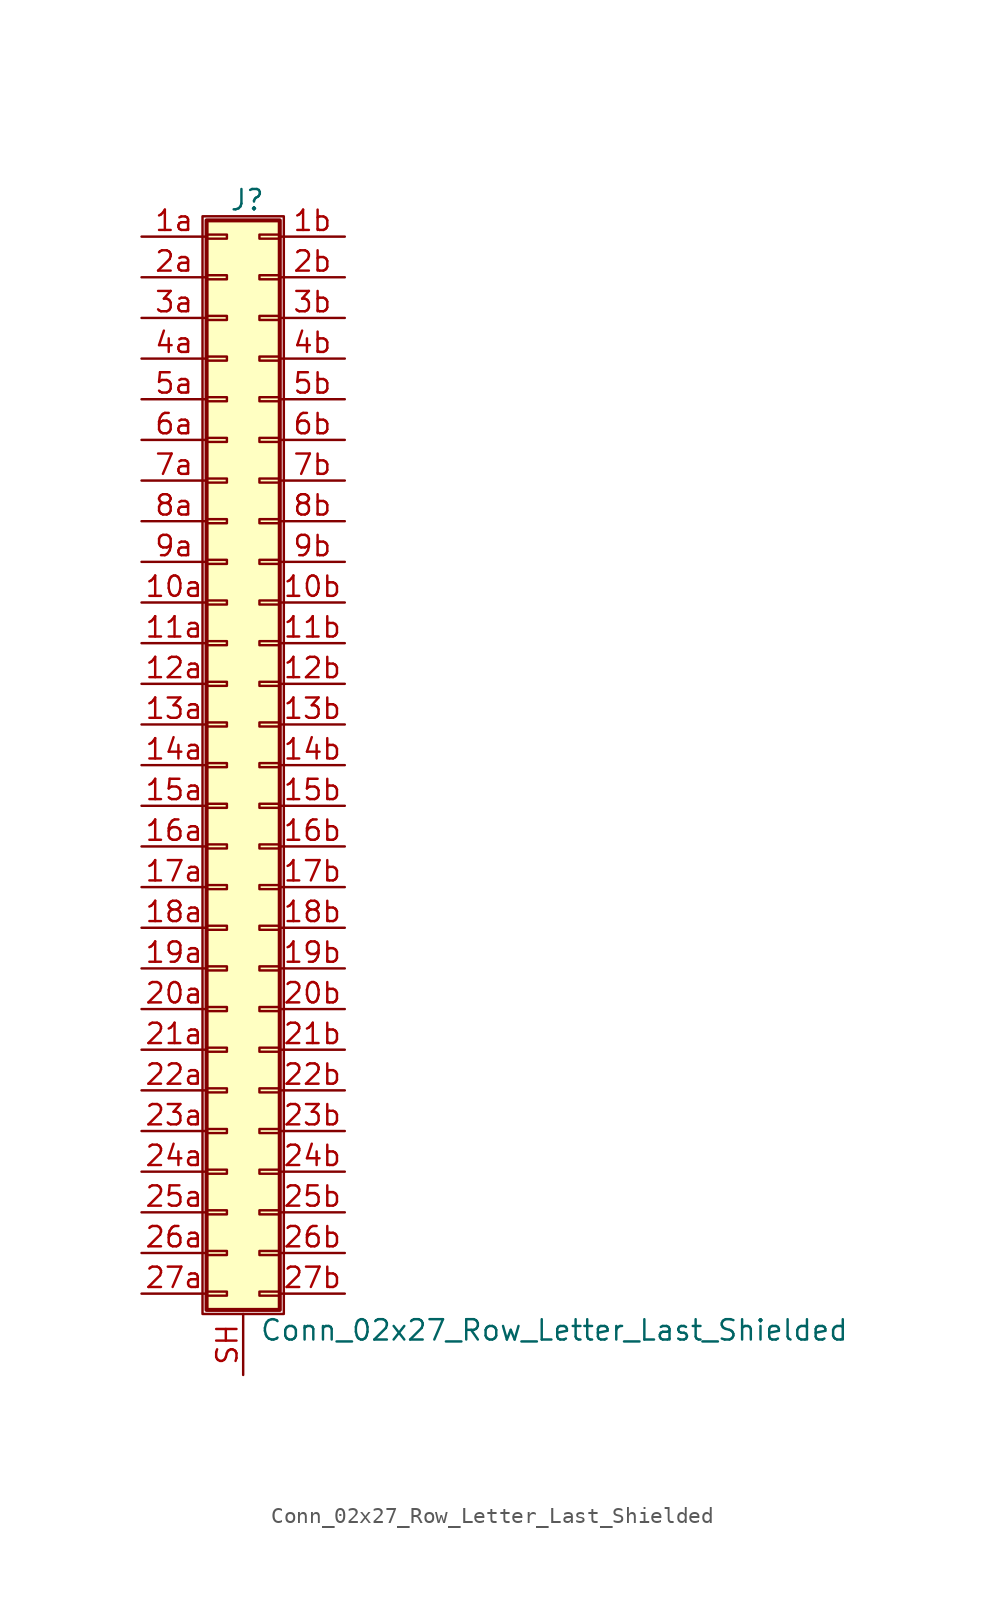
<source format=kicad_sym>
(kicad_symbol_lib
  (version 20201005)
  (generator kicad_symbol_editor)
  (symbol "Connector_Generic_Shielded:Conn_02x27_Row_Letter_Last_Shielded"
    (pin_names
      (offset 1.016) hide)
    (property "Reference" "J"
      (at 1.524 35.306 0)
      (effects (font (size 1.27 1.27))))
    (property "Value" "Conn_02x27_Row_Letter_Last_Shielded"
      (at 2.286 -35.306 0)
      (effects (font (size 1.27 1.27)) (justify left)))
    (symbol "Conn_02x27_Row_Letter_Last_Shielded_1_1"
      (rectangle (start -1.016 -27.813) (end 0.254 -28.067) (stroke (width 0.152)) (fill (type none)))
      (rectangle (start -1.016 -30.353) (end 0.254 -30.607) (stroke (width 0.152)) (fill (type none)))
      (rectangle (start -1.016 -32.893) (end 0.254 -33.147) (stroke (width 0.152)) (fill (type none)))
      (rectangle (start -1.016 -4.953) (end 0.254 -5.207) (stroke (width 0.152)) (fill (type none)))
      (rectangle (start -1.016 -7.493) (end 0.254 -7.747) (stroke (width 0.152)) (fill (type none)))
      (rectangle (start -1.016 -10.033) (end 0.254 -10.287) (stroke (width 0.152)) (fill (type none)))
      (rectangle (start -1.016 -12.573) (end 0.254 -12.827) (stroke (width 0.152)) (fill (type none)))
      (rectangle (start -1.016 -15.113) (end 0.254 -15.367) (stroke (width 0.152)) (fill (type none)))
      (rectangle (start -1.016 -17.653) (end 0.254 -17.907) (stroke (width 0.152)) (fill (type none)))
      (rectangle (start -1.016 -20.193) (end 0.254 -20.447) (stroke (width 0.152)) (fill (type none)))
      (rectangle (start -1.016 -22.733) (end 0.254 -22.987) (stroke (width 0.152)) (fill (type none)))
      (rectangle (start -1.016 -2.413) (end 0.254 -2.667) (stroke (width 0.152)) (fill (type none)))
      (rectangle (start -1.016 -25.273) (end 0.254 -25.527) (stroke (width 0.152)) (fill (type none)))
      (rectangle (start -1.016 25.527) (end 0.254 25.273) (stroke (width 0.152)) (fill (type none)))
      (rectangle (start -1.016 2.667) (end 0.254 2.413) (stroke (width 0.152)) (fill (type none)))
      (rectangle (start -1.016 28.067) (end 0.254 27.813) (stroke (width 0.152)) (fill (type none)))
      (rectangle (start -1.016 30.607) (end 0.254 30.353) (stroke (width 0.152)) (fill (type none)))
      (rectangle (start -1.016 33.147) (end 0.254 32.893) (stroke (width 0.152)) (fill (type none)))
      (rectangle (start -1.016 34.036) (end 3.556 -34.036) (stroke (width 0.254)) (fill (type background)))
      (rectangle (start -1.016 5.207) (end 0.254 4.953) (stroke (width 0.152)) (fill (type none)))
      (rectangle (start -1.016 7.747) (end 0.254 7.493) (stroke (width 0.152)) (fill (type none)))
      (rectangle (start -1.016 10.287) (end 0.254 10.033) (stroke (width 0.152)) (fill (type none)))
      (rectangle (start -1.016 0.127) (end 0.254 -0.127) (stroke (width 0.152)) (fill (type none)))
      (rectangle (start -1.016 12.827) (end 0.254 12.573) (stroke (width 0.152)) (fill (type none)))
      (rectangle (start -1.016 15.367) (end 0.254 15.113) (stroke (width 0.152)) (fill (type none)))
      (rectangle (start -1.016 17.907) (end 0.254 17.653) (stroke (width 0.152)) (fill (type none)))
      (rectangle (start -1.016 20.447) (end 0.254 20.193) (stroke (width 0.152)) (fill (type none)))
      (rectangle (start -1.016 22.987) (end 0.254 22.733) (stroke (width 0.152)) (fill (type none)))
      (rectangle (start -1.27 34.29) (end 3.81 -34.29) (stroke (width 0.152)) (fill (type none)))
      (rectangle (start 3.556 -27.813) (end 2.286 -28.067) (stroke (width 0.152)) (fill (type none)))
      (rectangle (start 3.556 -30.353) (end 2.286 -30.607) (stroke (width 0.152)) (fill (type none)))
      (rectangle (start 3.556 -32.893) (end 2.286 -33.147) (stroke (width 0.152)) (fill (type none)))
      (rectangle (start 3.556 -4.953) (end 2.286 -5.207) (stroke (width 0.152)) (fill (type none)))
      (rectangle (start 3.556 -7.493) (end 2.286 -7.747) (stroke (width 0.152)) (fill (type none)))
      (rectangle (start 3.556 -10.033) (end 2.286 -10.287) (stroke (width 0.152)) (fill (type none)))
      (rectangle (start 3.556 -12.573) (end 2.286 -12.827) (stroke (width 0.152)) (fill (type none)))
      (rectangle (start 3.556 -15.113) (end 2.286 -15.367) (stroke (width 0.152)) (fill (type none)))
      (rectangle (start 3.556 -17.653) (end 2.286 -17.907) (stroke (width 0.152)) (fill (type none)))
      (rectangle (start 3.556 -20.193) (end 2.286 -20.447) (stroke (width 0.152)) (fill (type none)))
      (rectangle (start 3.556 -22.733) (end 2.286 -22.987) (stroke (width 0.152)) (fill (type none)))
      (rectangle (start 3.556 -2.413) (end 2.286 -2.667) (stroke (width 0.152)) (fill (type none)))
      (rectangle (start 3.556 -25.273) (end 2.286 -25.527) (stroke (width 0.152)) (fill (type none)))
      (rectangle (start 3.556 25.527) (end 2.286 25.273) (stroke (width 0.152)) (fill (type none)))
      (rectangle (start 3.556 2.667) (end 2.286 2.413) (stroke (width 0.152)) (fill (type none)))
      (rectangle (start 3.556 28.067) (end 2.286 27.813) (stroke (width 0.152)) (fill (type none)))
      (rectangle (start 3.556 30.607) (end 2.286 30.353) (stroke (width 0.152)) (fill (type none)))
      (rectangle (start 3.556 33.147) (end 2.286 32.893) (stroke (width 0.152)) (fill (type none)))
      (rectangle (start 3.556 5.207) (end 2.286 4.953) (stroke (width 0.152)) (fill (type none)))
      (rectangle (start 3.556 7.747) (end 2.286 7.493) (stroke (width 0.152)) (fill (type none)))
      (rectangle (start 3.556 10.287) (end 2.286 10.033) (stroke (width 0.152)) (fill (type none)))
      (rectangle (start 3.556 0.127) (end 2.286 -0.127) (stroke (width 0.152)) (fill (type none)))
      (rectangle (start 3.556 12.827) (end 2.286 12.573) (stroke (width 0.152)) (fill (type none)))
      (rectangle (start 3.556 15.367) (end 2.286 15.113) (stroke (width 0.152)) (fill (type none)))
      (rectangle (start 3.556 17.907) (end 2.286 17.653) (stroke (width 0.152)) (fill (type none)))
      (rectangle (start 3.556 20.447) (end 2.286 20.193) (stroke (width 0.152)) (fill (type none)))
      (rectangle (start 3.556 22.987) (end 2.286 22.733) (stroke (width 0.152)) (fill (type none)))
      (pin passive line (at -5.08 10.16 0) (length 4.064) (name "Pin_10a" (effects (font (size 1.27 1.27)))) (number "10a" (effects (font (size 1.27 1.27)))))
      (pin passive line (at 7.62 10.16 180) (length 4.064) (name "Pin_10b" (effects (font (size 1.27 1.27)))) (number "10b" (effects (font (size 1.27 1.27)))))
      (pin passive line (at -5.08 7.62 0) (length 4.064) (name "Pin_11a" (effects (font (size 1.27 1.27)))) (number "11a" (effects (font (size 1.27 1.27)))))
      (pin passive line (at 7.62 7.62 180) (length 4.064) (name "Pin_11b" (effects (font (size 1.27 1.27)))) (number "11b" (effects (font (size 1.27 1.27)))))
      (pin passive line (at -5.08 5.08 0) (length 4.064) (name "Pin_12a" (effects (font (size 1.27 1.27)))) (number "12a" (effects (font (size 1.27 1.27)))))
      (pin passive line (at 7.62 5.08 180) (length 4.064) (name "Pin_12b" (effects (font (size 1.27 1.27)))) (number "12b" (effects (font (size 1.27 1.27)))))
      (pin passive line (at -5.08 2.54 0) (length 4.064) (name "Pin_13a" (effects (font (size 1.27 1.27)))) (number "13a" (effects (font (size 1.27 1.27)))))
      (pin passive line (at 7.62 2.54 180) (length 4.064) (name "Pin_13b" (effects (font (size 1.27 1.27)))) (number "13b" (effects (font (size 1.27 1.27)))))
      (pin passive line (at -5.08 0 0) (length 4.064) (name "Pin_14a" (effects (font (size 1.27 1.27)))) (number "14a" (effects (font (size 1.27 1.27)))))
      (pin passive line (at 7.62 0 180) (length 4.064) (name "Pin_14b" (effects (font (size 1.27 1.27)))) (number "14b" (effects (font (size 1.27 1.27)))))
      (pin passive line (at -5.08 -2.54 0) (length 4.064) (name "Pin_15a" (effects (font (size 1.27 1.27)))) (number "15a" (effects (font (size 1.27 1.27)))))
      (pin passive line (at 7.62 -2.54 180) (length 4.064) (name "Pin_15b" (effects (font (size 1.27 1.27)))) (number "15b" (effects (font (size 1.27 1.27)))))
      (pin passive line (at -5.08 -5.08 0) (length 4.064) (name "Pin_16a" (effects (font (size 1.27 1.27)))) (number "16a" (effects (font (size 1.27 1.27)))))
      (pin passive line (at 7.62 -5.08 180) (length 4.064) (name "Pin_16b" (effects (font (size 1.27 1.27)))) (number "16b" (effects (font (size 1.27 1.27)))))
      (pin passive line (at -5.08 -7.62 0) (length 4.064) (name "Pin_17a" (effects (font (size 1.27 1.27)))) (number "17a" (effects (font (size 1.27 1.27)))))
      (pin passive line (at 7.62 -7.62 180) (length 4.064) (name "Pin_17b" (effects (font (size 1.27 1.27)))) (number "17b" (effects (font (size 1.27 1.27)))))
      (pin passive line (at -5.08 -10.16 0) (length 4.064) (name "Pin_18a" (effects (font (size 1.27 1.27)))) (number "18a" (effects (font (size 1.27 1.27)))))
      (pin passive line (at 7.62 -10.16 180) (length 4.064) (name "Pin_18b" (effects (font (size 1.27 1.27)))) (number "18b" (effects (font (size 1.27 1.27)))))
      (pin passive line (at -5.08 -12.7 0) (length 4.064) (name "Pin_19a" (effects (font (size 1.27 1.27)))) (number "19a" (effects (font (size 1.27 1.27)))))
      (pin passive line (at 7.62 -12.7 180) (length 4.064) (name "Pin_19b" (effects (font (size 1.27 1.27)))) (number "19b" (effects (font (size 1.27 1.27)))))
      (pin passive line (at -5.08 33.02 0) (length 4.064) (name "Pin_1a" (effects (font (size 1.27 1.27)))) (number "1a" (effects (font (size 1.27 1.27)))))
      (pin passive line (at 7.62 33.02 180) (length 4.064) (name "Pin_1b" (effects (font (size 1.27 1.27)))) (number "1b" (effects (font (size 1.27 1.27)))))
      (pin passive line (at -5.08 -15.24 0) (length 4.064) (name "Pin_20a" (effects (font (size 1.27 1.27)))) (number "20a" (effects (font (size 1.27 1.27)))))
      (pin passive line (at 7.62 -15.24 180) (length 4.064) (name "Pin_20b" (effects (font (size 1.27 1.27)))) (number "20b" (effects (font (size 1.27 1.27)))))
      (pin passive line (at -5.08 -17.78 0) (length 4.064) (name "Pin_21a" (effects (font (size 1.27 1.27)))) (number "21a" (effects (font (size 1.27 1.27)))))
      (pin passive line (at 7.62 -17.78 180) (length 4.064) (name "Pin_21b" (effects (font (size 1.27 1.27)))) (number "21b" (effects (font (size 1.27 1.27)))))
      (pin passive line (at -5.08 -20.32 0) (length 4.064) (name "Pin_22a" (effects (font (size 1.27 1.27)))) (number "22a" (effects (font (size 1.27 1.27)))))
      (pin passive line (at 7.62 -20.32 180) (length 4.064) (name "Pin_22b" (effects (font (size 1.27 1.27)))) (number "22b" (effects (font (size 1.27 1.27)))))
      (pin passive line (at -5.08 -22.86 0) (length 4.064) (name "Pin_23a" (effects (font (size 1.27 1.27)))) (number "23a" (effects (font (size 1.27 1.27)))))
      (pin passive line (at 7.62 -22.86 180) (length 4.064) (name "Pin_23b" (effects (font (size 1.27 1.27)))) (number "23b" (effects (font (size 1.27 1.27)))))
      (pin passive line (at -5.08 -25.4 0) (length 4.064) (name "Pin_24a" (effects (font (size 1.27 1.27)))) (number "24a" (effects (font (size 1.27 1.27)))))
      (pin passive line (at 7.62 -25.4 180) (length 4.064) (name "Pin_24b" (effects (font (size 1.27 1.27)))) (number "24b" (effects (font (size 1.27 1.27)))))
      (pin passive line (at -5.08 -27.94 0) (length 4.064) (name "Pin_25a" (effects (font (size 1.27 1.27)))) (number "25a" (effects (font (size 1.27 1.27)))))
      (pin passive line (at 7.62 -27.94 180) (length 4.064) (name "Pin_25b" (effects (font (size 1.27 1.27)))) (number "25b" (effects (font (size 1.27 1.27)))))
      (pin passive line (at -5.08 -30.48 0) (length 4.064) (name "Pin_26a" (effects (font (size 1.27 1.27)))) (number "26a" (effects (font (size 1.27 1.27)))))
      (pin passive line (at 7.62 -30.48 180) (length 4.064) (name "Pin_26b" (effects (font (size 1.27 1.27)))) (number "26b" (effects (font (size 1.27 1.27)))))
      (pin passive line (at -5.08 -33.02 0) (length 4.064) (name "Pin_27a" (effects (font (size 1.27 1.27)))) (number "27a" (effects (font (size 1.27 1.27)))))
      (pin passive line (at 7.62 -33.02 180) (length 4.064) (name "Pin_27b" (effects (font (size 1.27 1.27)))) (number "27b" (effects (font (size 1.27 1.27)))))
      (pin passive line (at -5.08 30.48 0) (length 4.064) (name "Pin_2a" (effects (font (size 1.27 1.27)))) (number "2a" (effects (font (size 1.27 1.27)))))
      (pin passive line (at 7.62 30.48 180) (length 4.064) (name "Pin_2b" (effects (font (size 1.27 1.27)))) (number "2b" (effects (font (size 1.27 1.27)))))
      (pin passive line (at -5.08 27.94 0) (length 4.064) (name "Pin_3a" (effects (font (size 1.27 1.27)))) (number "3a" (effects (font (size 1.27 1.27)))))
      (pin passive line (at 7.62 27.94 180) (length 4.064) (name "Pin_3b" (effects (font (size 1.27 1.27)))) (number "3b" (effects (font (size 1.27 1.27)))))
      (pin passive line (at -5.08 25.4 0) (length 4.064) (name "Pin_4a" (effects (font (size 1.27 1.27)))) (number "4a" (effects (font (size 1.27 1.27)))))
      (pin passive line (at 7.62 25.4 180) (length 4.064) (name "Pin_4b" (effects (font (size 1.27 1.27)))) (number "4b" (effects (font (size 1.27 1.27)))))
      (pin passive line (at -5.08 22.86 0) (length 4.064) (name "Pin_5a" (effects (font (size 1.27 1.27)))) (number "5a" (effects (font (size 1.27 1.27)))))
      (pin passive line (at 7.62 22.86 180) (length 4.064) (name "Pin_5b" (effects (font (size 1.27 1.27)))) (number "5b" (effects (font (size 1.27 1.27)))))
      (pin passive line (at -5.08 20.32 0) (length 4.064) (name "Pin_6a" (effects (font (size 1.27 1.27)))) (number "6a" (effects (font (size 1.27 1.27)))))
      (pin passive line (at 7.62 20.32 180) (length 4.064) (name "Pin_6b" (effects (font (size 1.27 1.27)))) (number "6b" (effects (font (size 1.27 1.27)))))
      (pin passive line (at -5.08 17.78 0) (length 4.064) (name "Pin_7a" (effects (font (size 1.27 1.27)))) (number "7a" (effects (font (size 1.27 1.27)))))
      (pin passive line (at 7.62 17.78 180) (length 4.064) (name "Pin_7b" (effects (font (size 1.27 1.27)))) (number "7b" (effects (font (size 1.27 1.27)))))
      (pin passive line (at -5.08 15.24 0) (length 4.064) (name "Pin_8a" (effects (font (size 1.27 1.27)))) (number "8a" (effects (font (size 1.27 1.27)))))
      (pin passive line (at 7.62 15.24 180) (length 4.064) (name "Pin_8b" (effects (font (size 1.27 1.27)))) (number "8b" (effects (font (size 1.27 1.27)))))
      (pin passive line (at -5.08 12.7 0) (length 4.064) (name "Pin_9a" (effects (font (size 1.27 1.27)))) (number "9a" (effects (font (size 1.27 1.27)))))
      (pin passive line (at 7.62 12.7 180) (length 4.064) (name "Pin_9b" (effects (font (size 1.27 1.27)))) (number "9b" (effects (font (size 1.27 1.27)))))
      (pin passive line (at 1.27 -38.1 90) (length 3.81) (name "Shield" (effects (font (size 1.27 1.27)))) (number "SH" (effects (font (size 1.27 1.27))))))))
</source>
